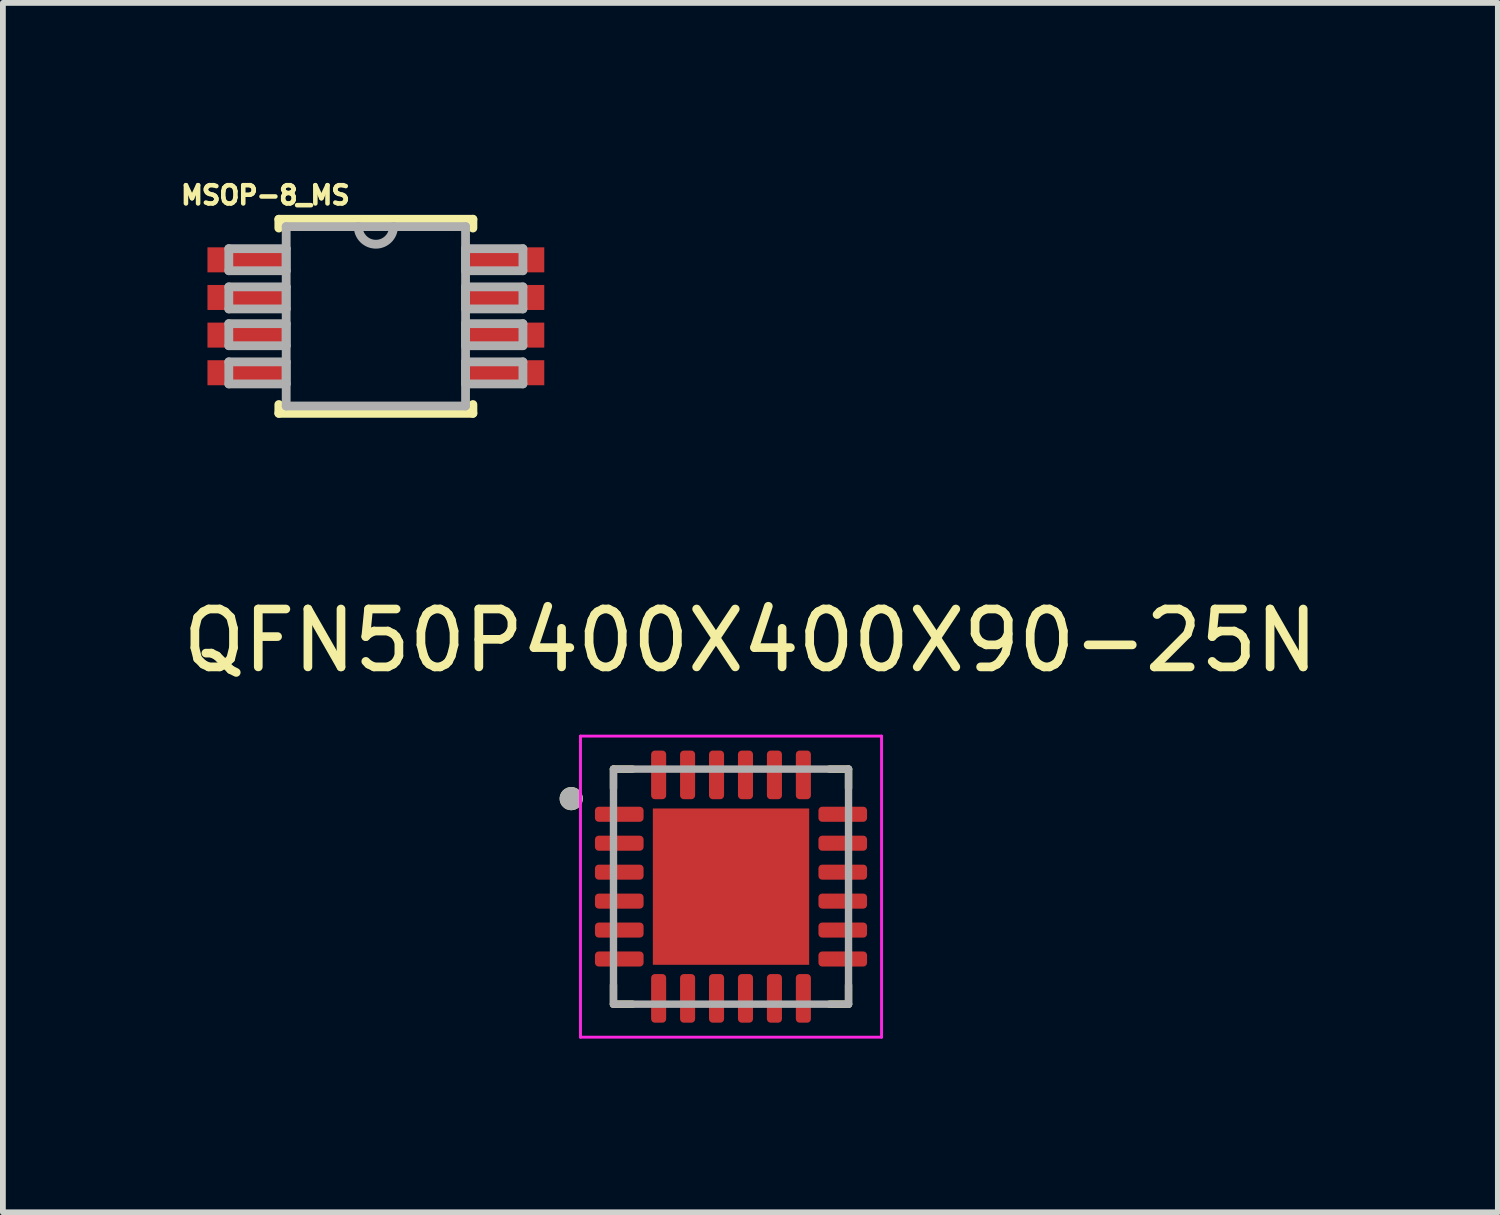
<source format=kicad_pcb>
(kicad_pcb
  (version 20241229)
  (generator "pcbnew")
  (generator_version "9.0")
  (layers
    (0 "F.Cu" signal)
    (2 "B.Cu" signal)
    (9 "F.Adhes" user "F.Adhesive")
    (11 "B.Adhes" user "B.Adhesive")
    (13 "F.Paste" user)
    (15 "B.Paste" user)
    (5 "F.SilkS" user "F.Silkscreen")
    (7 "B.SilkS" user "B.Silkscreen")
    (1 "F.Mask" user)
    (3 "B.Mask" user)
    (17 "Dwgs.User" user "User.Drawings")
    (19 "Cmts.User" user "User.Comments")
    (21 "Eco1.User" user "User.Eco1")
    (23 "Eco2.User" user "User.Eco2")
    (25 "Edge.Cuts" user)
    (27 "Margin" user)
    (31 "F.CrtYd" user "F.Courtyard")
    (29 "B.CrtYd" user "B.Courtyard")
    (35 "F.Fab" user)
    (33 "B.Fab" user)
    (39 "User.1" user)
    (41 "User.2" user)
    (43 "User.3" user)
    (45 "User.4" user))
  (footprint "MSOP-8_MS"
    (layer "F.Cu")
    (at 3.442 2.413)
    (property "Reference" "MSOP-8_MS" (at -1.908 -2.091 0) (layer "F.SilkS") (effects (font (size 0.315 0.315) (thickness 0.15))))
    (attr smd)
    (fp_line (start -1.676 -1.676) (end -1.676 -1.524) (stroke (width 0.152) (type solid)) (layer "F.SilkS"))
    (fp_line (start -1.676 1.524) (end -1.676 1.676) (stroke (width 0.152) (type solid)) (layer "F.SilkS"))
    (fp_line (start -1.676 1.676) (end 1.676 1.676) (stroke (width 0.152) (type solid)) (layer "F.SilkS"))
    (fp_line (start 1.676 -1.676) (end -1.676 -1.676) (stroke (width 0.152) (type solid)) (layer "F.SilkS"))
    (fp_line (start 1.676 -1.524) (end 1.676 -1.676) (stroke (width 0.152) (type solid)) (layer "F.SilkS"))
    (fp_line (start 1.676 1.676) (end 1.676 1.524) (stroke (width 0.152) (type solid)) (layer "F.SilkS"))
    (fp_line (start -2.54 -1.168) (end -2.54 -0.787) (stroke (width 0.152) (type solid)) (layer "F.Fab"))
    (fp_line (start -2.54 -0.787) (end -1.549 -0.787) (stroke (width 0.152) (type solid)) (layer "F.Fab"))
    (fp_line (start -2.54 -0.508) (end -2.54 -0.127) (stroke (width 0.152) (type solid)) (layer "F.Fab"))
    (fp_line (start -2.54 -0.127) (end -1.549 -0.127) (stroke (width 0.152) (type solid)) (layer "F.Fab"))
    (fp_line (start -2.54 0.127) (end -2.54 0.508) (stroke (width 0.152) (type solid)) (layer "F.Fab"))
    (fp_line (start -2.54 0.508) (end -1.549 0.508) (stroke (width 0.152) (type solid)) (layer "F.Fab"))
    (fp_line (start -2.54 0.787) (end -2.54 1.168) (stroke (width 0.152) (type solid)) (layer "F.Fab"))
    (fp_line (start -2.54 1.168) (end -1.549 1.168) (stroke (width 0.152) (type solid)) (layer "F.Fab"))
    (fp_line (start -1.549 -1.549) (end -1.549 1.549) (stroke (width 0.152) (type solid)) (layer "F.Fab"))
    (fp_line (start -1.549 -1.168) (end -2.54 -1.168) (stroke (width 0.152) (type solid)) (layer "F.Fab"))
    (fp_line (start -1.549 -0.787) (end -1.549 -1.168) (stroke (width 0.152) (type solid)) (layer "F.Fab"))
    (fp_line (start -1.549 -0.508) (end -2.54 -0.508) (stroke (width 0.152) (type solid)) (layer "F.Fab"))
    (fp_line (start -1.549 -0.127) (end -1.549 -0.508) (stroke (width 0.152) (type solid)) (layer "F.Fab"))
    (fp_line (start -1.549 0.127) (end -2.54 0.127) (stroke (width 0.152) (type solid)) (layer "F.Fab"))
    (fp_line (start -1.549 0.508) (end -1.549 0.127) (stroke (width 0.152) (type solid)) (layer "F.Fab"))
    (fp_line (start -1.549 0.787) (end -2.54 0.787) (stroke (width 0.152) (type solid)) (layer "F.Fab"))
    (fp_line (start -1.549 1.168) (end -1.549 0.787) (stroke (width 0.152) (type solid)) (layer "F.Fab"))
    (fp_line (start -1.549 1.549) (end 1.549 1.549) (stroke (width 0.152) (type solid)) (layer "F.Fab"))
    (fp_line (start -0.305 -1.549) (end -1.549 -1.549) (stroke (width 0.152) (type solid)) (layer "F.Fab"))
    (fp_line (start 0.305 -1.549) (end -0.305 -1.549) (stroke (width 0.152) (type solid)) (layer "F.Fab"))
    (fp_line (start 1.549 -1.549) (end 0.305 -1.549) (stroke (width 0.152) (type solid)) (layer "F.Fab"))
    (fp_line (start 1.549 -1.168) (end 1.549 -0.787) (stroke (width 0.152) (type solid)) (layer "F.Fab"))
    (fp_line (start 1.549 -0.787) (end 2.54 -0.787) (stroke (width 0.152) (type solid)) (layer "F.Fab"))
    (fp_line (start 1.549 -0.508) (end 1.549 -0.127) (stroke (width 0.152) (type solid)) (layer "F.Fab"))
    (fp_line (start 1.549 -0.127) (end 2.54 -0.127) (stroke (width 0.152) (type solid)) (layer "F.Fab"))
    (fp_line (start 1.549 0.127) (end 1.549 0.508) (stroke (width 0.152) (type solid)) (layer "F.Fab"))
    (fp_line (start 1.549 0.508) (end 2.54 0.508) (stroke (width 0.152) (type solid)) (layer "F.Fab"))
    (fp_line (start 1.549 0.787) (end 1.549 1.168) (stroke (width 0.152) (type solid)) (layer "F.Fab"))
    (fp_line (start 1.549 1.168) (end 2.54 1.168) (stroke (width 0.152) (type solid)) (layer "F.Fab"))
    (fp_line (start 1.549 1.549) (end 1.549 -1.549) (stroke (width 0.152) (type solid)) (layer "F.Fab"))
    (fp_line (start 2.54 -1.168) (end 1.549 -1.168) (stroke (width 0.152) (type solid)) (layer "F.Fab"))
    (fp_line (start 2.54 -0.787) (end 2.54 -1.168) (stroke (width 0.152) (type solid)) (layer "F.Fab"))
    (fp_line (start 2.54 -0.508) (end 1.549 -0.508) (stroke (width 0.152) (type solid)) (layer "F.Fab"))
    (fp_line (start 2.54 -0.127) (end 2.54 -0.508) (stroke (width 0.152) (type solid)) (layer "F.Fab"))
    (fp_line (start 2.54 0.127) (end 1.549 0.127) (stroke (width 0.152) (type solid)) (layer "F.Fab"))
    (fp_line (start 2.54 0.508) (end 2.54 0.127) (stroke (width 0.152) (type solid)) (layer "F.Fab"))
    (fp_line (start 2.54 0.787) (end 1.549 0.787) (stroke (width 0.152) (type solid)) (layer "F.Fab"))
    (fp_line (start 2.54 1.168) (end 2.54 0.787) (stroke (width 0.152) (type solid)) (layer "F.Fab"))
    (fp_arc (start 0.3048 -1.5494) (mid 0 -1.2446) (end -0.3048 -1.5494) (stroke (width 0.1524) (type solid)) (layer "F.Fab"))
    (pad "1" smd rect (at -2.21 -0.975) (size 1.397 0.432) (layers "F.Cu" "F.Mask" "F.Paste"))
    (pad "2" smd rect (at -2.21 -0.325) (size 1.397 0.432) (layers "F.Cu" "F.Mask" "F.Paste"))
    (pad "3" smd rect (at -2.21 0.325) (size 1.397 0.432) (layers "F.Cu" "F.Mask" "F.Paste"))
    (pad "4" smd rect (at -2.21 0.975) (size 1.397 0.432) (layers "F.Cu" "F.Mask" "F.Paste"))
    (pad "5" smd rect (at 2.21 0.975) (size 1.397 0.432) (layers "F.Cu" "F.Mask" "F.Paste"))
    (pad "6" smd rect (at 2.21 0.325) (size 1.397 0.432) (layers "F.Cu" "F.Mask" "F.Paste"))
    (pad "7" smd rect (at 2.21 -0.325) (size 1.397 0.432) (layers "F.Cu" "F.Mask" "F.Paste"))
    (pad "8" smd rect (at 2.21 -0.975) (size 1.397 0.432) (layers "F.Cu" "F.Mask" "F.Paste")))
  (footprint "QFN50P400X400X90-25N"
    (layer "F.Cu")
    (at 9.576 12.264)
    (property "Reference" "QFN50P400X400X90-25N" (at 0.335 -4.25 0) (layer "F.SilkS") (effects (font (size 1 1) (thickness 0.15))))
    (attr smd)
    (fp_line (start -2.03 -2.03) (end -2.03 -1.7) (stroke (width 0.127) (type solid)) (layer "F.SilkS"))
    (fp_line (start -2.03 -2.03) (end -1.7 -2.03) (stroke (width 0.127) (type solid)) (layer "F.SilkS"))
    (fp_line (start -2.03 2.03) (end -2.03 1.7) (stroke (width 0.127) (type solid)) (layer "F.SilkS"))
    (fp_line (start -2.03 2.03) (end -1.7 2.03) (stroke (width 0.127) (type solid)) (layer "F.SilkS"))
    (fp_line (start 2.03 -2.03) (end 1.7 -2.03) (stroke (width 0.127) (type solid)) (layer "F.SilkS"))
    (fp_line (start 2.03 -2.03) (end 2.03 -1.7) (stroke (width 0.127) (type solid)) (layer "F.SilkS"))
    (fp_line (start 2.03 2.03) (end 1.7 2.03) (stroke (width 0.127) (type solid)) (layer "F.SilkS"))
    (fp_line (start 2.03 2.03) (end 2.03 1.7) (stroke (width 0.127) (type solid)) (layer "F.SilkS"))
    (fp_circle (center -2.76 -1.52) (end -2.66 -1.52) (stroke (width 0.2) (type solid)) (fill no) (layer "F.SilkS"))
    (fp_poly (pts (xy -1.09 -1.09) (xy -0.13 -1.09) (xy -0.13 -0.13) (xy -1.09 -0.13)) (stroke (width 0.01) (type solid)) (fill yes) (layer "F.Paste"))
    (fp_poly (pts (xy -1.09 0.13) (xy -0.13 0.13) (xy -0.13 1.09) (xy -1.09 1.09)) (stroke (width 0.01) (type solid)) (fill yes) (layer "F.Paste"))
    (fp_poly (pts (xy 0.13 -1.09) (xy 1.09 -1.09) (xy 1.09 -0.13) (xy 0.13 -0.13)) (stroke (width 0.01) (type solid)) (fill yes) (layer "F.Paste"))
    (fp_poly (pts (xy 0.13 0.13) (xy 1.09 0.13) (xy 1.09 1.09) (xy 0.13 1.09)) (stroke (width 0.01) (type solid)) (fill yes) (layer "F.Paste"))
    (fp_line (start -2.6 -2.6) (end 2.6 -2.6) (stroke (width 0.05) (type solid)) (layer "F.CrtYd"))
    (fp_line (start -2.6 2.6) (end -2.6 -2.6) (stroke (width 0.05) (type solid)) (layer "F.CrtYd"))
    (fp_line (start -2.6 2.6) (end 2.6 2.6) (stroke (width 0.05) (type solid)) (layer "F.CrtYd"))
    (fp_line (start 2.6 2.6) (end 2.6 -2.6) (stroke (width 0.05) (type solid)) (layer "F.CrtYd"))
    (fp_line (start -2.03 2.03) (end -2.03 -2.03) (stroke (width 0.127) (type solid)) (layer "F.Fab"))
    (fp_line (start 2.03 -2.03) (end -2.03 -2.03) (stroke (width 0.127) (type solid)) (layer "F.Fab"))
    (fp_line (start 2.03 2.03) (end -2.03 2.03) (stroke (width 0.127) (type solid)) (layer "F.Fab"))
    (fp_line (start 2.03 2.03) (end 2.03 -2.03) (stroke (width 0.127) (type solid)) (layer "F.Fab"))
    (fp_circle (center -2.76 -1.52) (end -2.66 -1.52) (stroke (width 0.2) (type solid)) (fill no) (layer "F.Fab"))
    (pad "1" smd roundrect (at -1.93 -1.25) (size 0.84 0.26) (layers "F.Cu" "F.Mask" "F.Paste") (roundrect_rratio 0.25))
    (pad "2" smd roundrect (at -1.93 -0.75) (size 0.84 0.26) (layers "F.Cu" "F.Mask" "F.Paste") (roundrect_rratio 0.25))
    (pad "3" smd roundrect (at -1.93 -0.25) (size 0.84 0.26) (layers "F.Cu" "F.Mask" "F.Paste") (roundrect_rratio 0.25))
    (pad "4" smd roundrect (at -1.93 0.25) (size 0.84 0.26) (layers "F.Cu" "F.Mask" "F.Paste") (roundrect_rratio 0.25))
    (pad "5" smd roundrect (at -1.93 0.75) (size 0.84 0.26) (layers "F.Cu" "F.Mask" "F.Paste") (roundrect_rratio 0.25))
    (pad "6" smd roundrect (at -1.93 1.25) (size 0.84 0.26) (layers "F.Cu" "F.Mask" "F.Paste") (roundrect_rratio 0.25))
    (pad "7" smd roundrect (at -1.25 1.93) (size 0.26 0.84) (layers "F.Cu" "F.Mask" "F.Paste") (roundrect_rratio 0.25))
    (pad "8" smd roundrect (at -0.75 1.93) (size 0.26 0.84) (layers "F.Cu" "F.Mask" "F.Paste") (roundrect_rratio 0.25))
    (pad "9" smd roundrect (at -0.25 1.93) (size 0.26 0.84) (layers "F.Cu" "F.Mask" "F.Paste") (roundrect_rratio 0.25))
    (pad "10" smd roundrect (at 0.25 1.93) (size 0.26 0.84) (layers "F.Cu" "F.Mask" "F.Paste") (roundrect_rratio 0.25))
    (pad "11" smd roundrect (at 0.75 1.93) (size 0.26 0.84) (layers "F.Cu" "F.Mask" "F.Paste") (roundrect_rratio 0.25))
    (pad "12" smd roundrect (at 1.25 1.93) (size 0.26 0.84) (layers "F.Cu" "F.Mask" "F.Paste") (roundrect_rratio 0.25))
    (pad "13" smd roundrect (at 1.93 1.25) (size 0.84 0.26) (layers "F.Cu" "F.Mask" "F.Paste") (roundrect_rratio 0.25))
    (pad "14" smd roundrect (at 1.93 0.75) (size 0.84 0.26) (layers "F.Cu" "F.Mask" "F.Paste") (roundrect_rratio 0.25))
    (pad "15" smd roundrect (at 1.93 0.25) (size 0.84 0.26) (layers "F.Cu" "F.Mask" "F.Paste") (roundrect_rratio 0.25))
    (pad "16" smd roundrect (at 1.93 -0.25) (size 0.84 0.26) (layers "F.Cu" "F.Mask" "F.Paste") (roundrect_rratio 0.25))
    (pad "17" smd roundrect (at 1.93 -0.75) (size 0.84 0.26) (layers "F.Cu" "F.Mask" "F.Paste") (roundrect_rratio 0.25))
    (pad "18" smd roundrect (at 1.93 -1.25) (size 0.84 0.26) (layers "F.Cu" "F.Mask" "F.Paste") (roundrect_rratio 0.25))
    (pad "19" smd roundrect (at 1.25 -1.93) (size 0.26 0.84) (layers "F.Cu" "F.Mask" "F.Paste") (roundrect_rratio 0.25))
    (pad "20" smd roundrect (at 0.75 -1.93) (size 0.26 0.84) (layers "F.Cu" "F.Mask" "F.Paste") (roundrect_rratio 0.25))
    (pad "21" smd roundrect (at 0.25 -1.93) (size 0.26 0.84) (layers "F.Cu" "F.Mask" "F.Paste") (roundrect_rratio 0.25))
    (pad "22" smd roundrect (at -0.25 -1.93) (size 0.26 0.84) (layers "F.Cu" "F.Mask" "F.Paste") (roundrect_rratio 0.25))
    (pad "23" smd roundrect (at -0.75 -1.93) (size 0.26 0.84) (layers "F.Cu" "F.Mask" "F.Paste") (roundrect_rratio 0.25))
    (pad "24" smd roundrect (at -1.25 -1.93) (size 0.26 0.84) (layers "F.Cu" "F.Mask" "F.Paste") (roundrect_rratio 0.25))
    (pad "25" smd rect (at 0 0) (size 2.7 2.7) (layers "F.Cu" "F.Mask")))
  (gr_rect
    (start -3 -3)
    (end 22.821 17.889)
    (stroke (width 0.1) (type default))
    (fill no)
    (layer "Edge.Cuts")))
</source>
